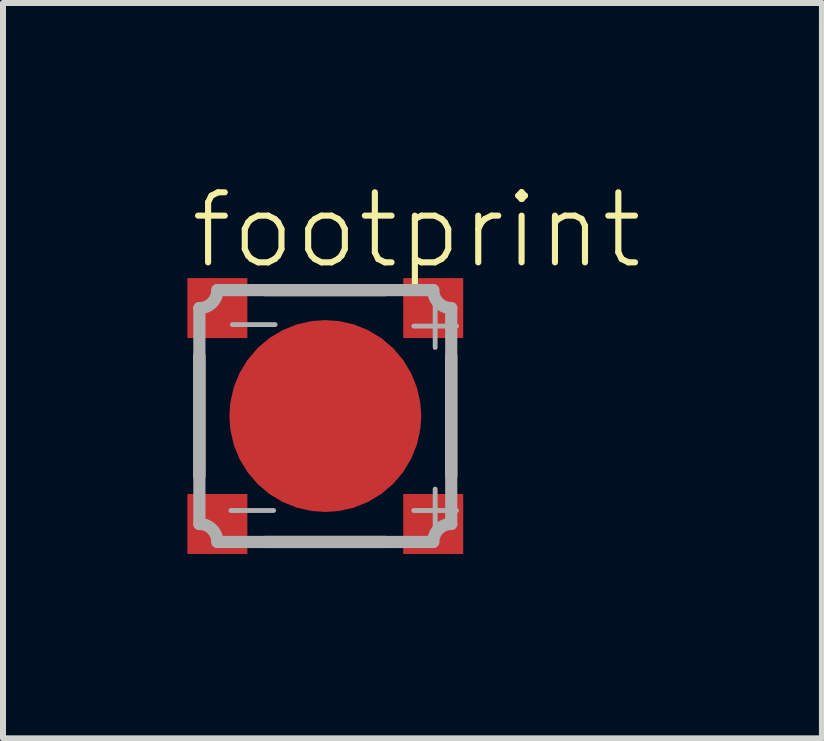
<source format=kicad_pcb>
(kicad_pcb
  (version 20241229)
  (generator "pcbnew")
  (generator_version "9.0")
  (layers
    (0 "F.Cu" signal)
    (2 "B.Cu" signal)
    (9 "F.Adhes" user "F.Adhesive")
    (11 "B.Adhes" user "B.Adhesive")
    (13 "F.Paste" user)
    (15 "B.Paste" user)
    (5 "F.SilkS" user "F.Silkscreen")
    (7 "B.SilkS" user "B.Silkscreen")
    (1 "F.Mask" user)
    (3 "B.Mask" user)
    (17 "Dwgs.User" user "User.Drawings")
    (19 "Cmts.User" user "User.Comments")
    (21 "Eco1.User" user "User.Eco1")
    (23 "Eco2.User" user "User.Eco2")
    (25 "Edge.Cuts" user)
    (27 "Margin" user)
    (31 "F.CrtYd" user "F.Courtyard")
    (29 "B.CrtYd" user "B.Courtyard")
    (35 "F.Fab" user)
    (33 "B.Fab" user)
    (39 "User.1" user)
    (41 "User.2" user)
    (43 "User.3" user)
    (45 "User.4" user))
  (footprint "footprint"
    (layer "F.Cu")
    (at 2.375 3.888)
    (property "Reference" "footprint" (at -2.3 -2.415 0) (layer "F.SilkS") (effects (font (size 1.168 1.168) (thickness 0.102)) (justify left bottom)))
    (fp_poly (pts (xy -1.25 1.709) (xy -1.25 2.375) (xy -2.35 2.375) (xy -2.35 1.225) (xy -1.734 1.225)) (stroke (width 0) (type solid)) (fill yes) (layer "F.Mask"))
    (fp_poly (pts (xy -1.225 -1.734) (xy -1.709 -1.25) (xy -2.375 -1.25) (xy -2.375 -2.35) (xy -1.225 -2.35)) (stroke (width 0) (type solid)) (fill yes) (layer "F.Mask"))
    (fp_poly (pts (xy 2.35 -1.225) (xy 1.734 -1.225) (xy 1.25 -1.709) (xy 1.25 -2.375) (xy 2.35 -2.375)) (stroke (width 0) (type solid)) (fill yes) (layer "F.Mask"))
    (fp_poly (pts (xy 2.375 2.35) (xy 1.225 2.35) (xy 1.225 1.734) (xy 1.709 1.25) (xy 2.375 1.25)) (stroke (width 0) (type solid)) (fill yes) (layer "F.Mask"))
    (fp_line (start -2.1 -1) (end -2.1 1) (stroke (width 0.203) (type solid)) (layer "F.SilkS"))
    (fp_line (start -1 2.1) (end 1 2.1) (stroke (width 0.203) (type solid)) (layer "F.SilkS"))
    (fp_line (start 1 -2.1) (end -1 -2.1) (stroke (width 0.203) (type solid)) (layer "F.SilkS"))
    (fp_line (start 2.1 1) (end 2.1 -1) (stroke (width 0.203) (type solid)) (layer "F.SilkS"))
    (fp_poly (pts (xy -1.325 -1.709) (xy -1.709 -1.325) (xy -2.275 -1.325) (xy -2.275 -2.275) (xy -1.325 -2.275)) (stroke (width 0) (type solid)) (fill yes) (layer "F.Paste"))
    (fp_poly (pts (xy -1.325 1.709) (xy -1.325 2.275) (xy -2.275 2.275) (xy -2.275 1.325) (xy -1.709 1.325)) (stroke (width 0) (type solid)) (fill yes) (layer "F.Paste"))
    (fp_poly (pts (xy 2.275 -1.325) (xy 1.709 -1.325) (xy 1.325 -1.709) (xy 1.325 -2.275) (xy 2.275 -2.275)) (stroke (width 0) (type solid)) (fill yes) (layer "F.Paste"))
    (fp_poly (pts (xy 2.275 2.275) (xy 1.325 2.275) (xy 1.325 1.709) (xy 1.709 1.325) (xy 2.275 1.325)) (stroke (width 0) (type solid)) (fill yes) (layer "F.Paste"))
    (fp_line (start -2.1 -1.8) (end -2.1 1.8) (stroke (width 0.203) (type solid)) (layer "F.Fab"))
    (fp_line (start -1.8 2.1) (end 1.8 2.1) (stroke (width 0.203) (type solid)) (layer "F.Fab"))
    (fp_line (start 1.8 -2.1) (end -1.8 -2.1) (stroke (width 0.203) (type solid)) (layer "F.Fab"))
    (fp_line (start 2.1 1.8) (end 2.1 -1.8) (stroke (width 0.203) (type solid)) (layer "F.Fab"))
    (fp_arc (start -2.1 1.8) (mid -1.887868 1.887868) (end -1.8 2.1) (stroke (width 0.2032) (type solid)) (layer "F.Fab"))
    (fp_arc (start -1.8 -2.1) (mid -1.887868 -1.887868) (end -2.1 -1.8) (stroke (width 0.2032) (type solid)) (layer "F.Fab"))
    (fp_arc (start 1.8 2.1) (mid 1.887868 1.887868) (end 2.1 1.8) (stroke (width 0.2032) (type solid)) (layer "F.Fab"))
    (fp_arc (start 2.1 -1.8) (mid 1.887868 -1.887868) (end 1.8 -2.1) (stroke (width 0.2032) (type solid)) (layer "F.Fab"))
    (fp_text user "-" (at -1.85 2.05 0) (layer "F.Fab") (effects (font (size 0.935 0.935) (thickness 0.081)) (justify left bottom)))
    (fp_text user "-" (at -1.825 -1.05 0) (layer "F.Fab") (effects (font (size 0.935 0.935) (thickness 0.081)) (justify left bottom)))
    (fp_text user "+" (at 1.2 -1.025 0) (layer "F.Fab") (effects (font (size 0.935 0.935) (thickness 0.081)) (justify left bottom)))
    (fp_text user "+" (at 1.2 2.05 0) (layer "F.Fab") (effects (font (size 0.935 0.935) (thickness 0.081)) (justify left bottom)))
    (pad "1" smd rect (at -1.8 -1.8) (size 1 1) (layers "F.Cu"))
    (pad "2" smd rect (at 1.8 -1.8) (size 1 1) (layers "F.Cu"))
    (pad "3" smd rect (at 1.8 1.8) (size 1 1) (layers "F.Cu"))
    (pad "4" smd rect (at -1.8 1.8) (size 1 1) (layers "F.Cu"))
    (pad "5" smd roundrect (at 0 0) (size 3.2 3.2) (layers "F.Cu" "F.Mask" "F.Paste") (roundrect_rratio 0.5)))
  (gr_rect
    (start -3 -3)
    (end 10.657 9.263)
    (stroke (width 0.1) (type default))
    (fill no)
    (layer "Edge.Cuts")))
</source>
